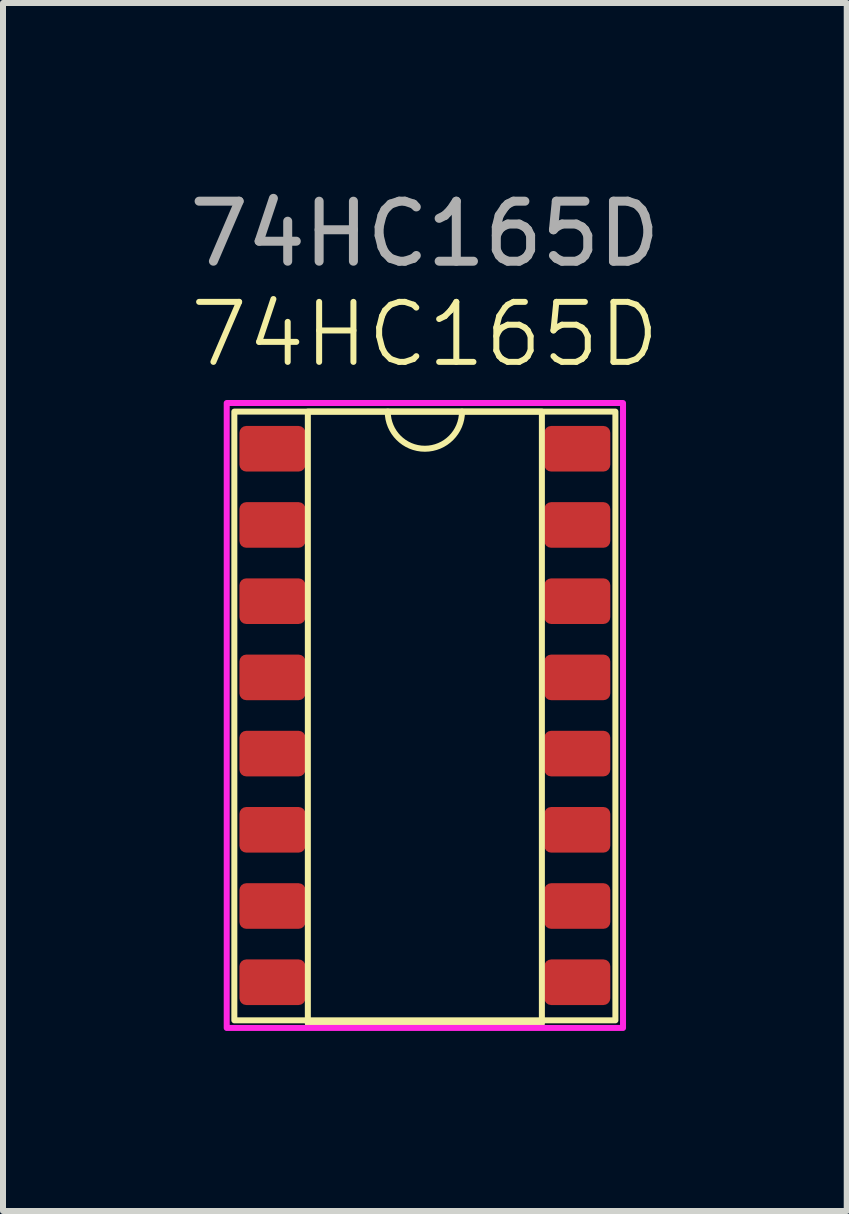
<source format=kicad_pcb>
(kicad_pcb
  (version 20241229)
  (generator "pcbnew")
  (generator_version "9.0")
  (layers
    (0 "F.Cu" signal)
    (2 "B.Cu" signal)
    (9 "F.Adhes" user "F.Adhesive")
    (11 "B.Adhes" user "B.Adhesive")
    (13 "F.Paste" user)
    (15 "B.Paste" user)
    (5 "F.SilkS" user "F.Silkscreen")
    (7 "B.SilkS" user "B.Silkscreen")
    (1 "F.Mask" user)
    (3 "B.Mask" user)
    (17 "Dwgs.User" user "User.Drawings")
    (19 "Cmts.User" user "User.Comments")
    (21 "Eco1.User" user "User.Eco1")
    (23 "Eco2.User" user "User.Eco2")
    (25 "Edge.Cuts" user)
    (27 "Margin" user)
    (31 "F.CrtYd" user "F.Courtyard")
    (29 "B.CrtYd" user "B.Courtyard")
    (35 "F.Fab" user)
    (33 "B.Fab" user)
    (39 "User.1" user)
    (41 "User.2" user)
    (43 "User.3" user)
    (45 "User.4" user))
  (footprint "74HC165D"
    (layer "F.Cu")
    (at 4.03 9.508)
    (property "Reference" "74HC165D" (at 0 -6.985 0) (unlocked yes) (layer "F.SilkS") (effects (font (size 1 1) (thickness 0.1))))
    (attr smd)
    (fp_rect (start -3.175 -5.699) (end 3.175 4.445) (stroke (width 0.1) (type default)) (fill no) (layer "F.SilkS"))
    (fp_rect (start -1.95 -5.699) (end 1.95 4.501) (stroke (width 0.1) (type solid)) (fill no) (layer "F.SilkS"))
    (fp_arc (start 0.61881 -5.69881) (mid 0 -5.08) (end -0.61881 -5.69881) (stroke (width 0.1) (type default)) (layer "F.SilkS"))
    (fp_rect (start -3.302 -5.842) (end 3.302 4.572) (stroke (width 0.1) (type solid)) (fill no) (layer "F.CrtYd"))
    (fp_text user "${REFERENCE}" (at 0 -8.66 0) (unlocked yes) (layer "F.Fab") (effects (font (size 1 1) (thickness 0.15))))
    (pad "1" smd roundrect (at -2.54 -5.08) (size 1.1 0.76) (layers "F.Cu" "F.Mask" "F.Paste") (roundrect_rratio 0.15))
    (pad "2" smd roundrect (at -2.54 -3.81) (size 1.1 0.76) (layers "F.Cu" "F.Mask" "F.Paste") (roundrect_rratio 0.15))
    (pad "3" smd roundrect (at -2.54 -2.54) (size 1.1 0.76) (layers "F.Cu" "F.Mask" "F.Paste") (roundrect_rratio 0.15))
    (pad "4" smd roundrect (at -2.54 -1.27) (size 1.1 0.76) (layers "F.Cu" "F.Mask" "F.Paste") (roundrect_rratio 0.15))
    (pad "5" smd roundrect (at -2.54 0) (size 1.1 0.76) (layers "F.Cu" "F.Mask" "F.Paste") (roundrect_rratio 0.15))
    (pad "6" smd roundrect (at -2.54 1.27) (size 1.1 0.76) (layers "F.Cu" "F.Mask" "F.Paste") (roundrect_rratio 0.15))
    (pad "7" smd roundrect (at -2.54 2.54) (size 1.1 0.76) (layers "F.Cu" "F.Mask" "F.Paste") (roundrect_rratio 0.15))
    (pad "8" smd roundrect (at -2.54 3.81) (size 1.1 0.76) (layers "F.Cu" "F.Mask" "F.Paste") (roundrect_rratio 0.15))
    (pad "9" smd roundrect (at 2.54 3.81) (size 1.1 0.76) (layers "F.Cu" "F.Mask" "F.Paste") (roundrect_rratio 0.15))
    (pad "10" smd roundrect (at 2.54 2.54) (size 1.1 0.76) (layers "F.Cu" "F.Mask" "F.Paste") (roundrect_rratio 0.15))
    (pad "11" smd roundrect (at 2.54 1.27) (size 1.1 0.76) (layers "F.Cu" "F.Mask" "F.Paste") (roundrect_rratio 0.15))
    (pad "12" smd roundrect (at 2.54 0) (size 1.1 0.76) (layers "F.Cu" "F.Mask" "F.Paste") (roundrect_rratio 0.15))
    (pad "13" smd roundrect (at 2.54 -1.27) (size 1.1 0.76) (layers "F.Cu" "F.Mask" "F.Paste") (roundrect_rratio 0.15))
    (pad "14" smd roundrect (at 2.54 -2.54) (size 1.1 0.76) (layers "F.Cu" "F.Mask" "F.Paste") (roundrect_rratio 0.15))
    (pad "15" smd roundrect (at 2.54 -3.81) (size 1.1 0.76) (layers "F.Cu" "F.Mask" "F.Paste") (roundrect_rratio 0.15))
    (pad "16" smd roundrect (at 2.54 -5.08) (size 1.1 0.76) (layers "F.Cu" "F.Mask" "F.Paste") (roundrect_rratio 0.15)))
  (gr_rect
    (start -3 -3)
    (end 11.06 17.13)
    (stroke (width 0.1) (type default))
    (fill no)
    (layer "Edge.Cuts")))
</source>
